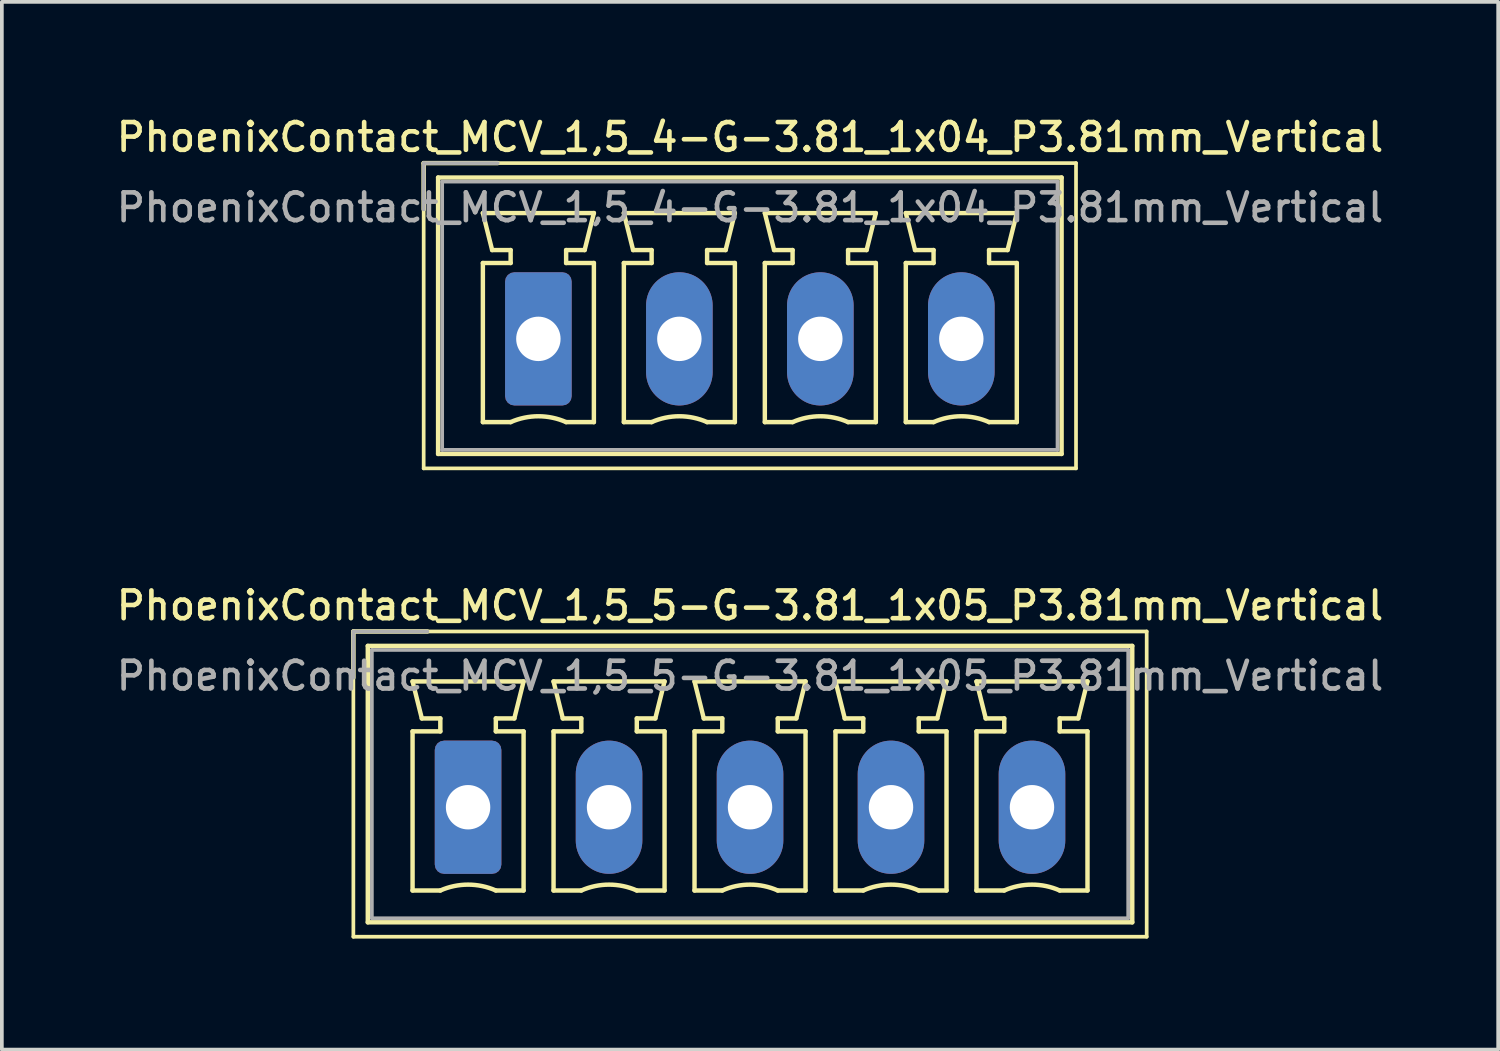
<source format=kicad_pcb>
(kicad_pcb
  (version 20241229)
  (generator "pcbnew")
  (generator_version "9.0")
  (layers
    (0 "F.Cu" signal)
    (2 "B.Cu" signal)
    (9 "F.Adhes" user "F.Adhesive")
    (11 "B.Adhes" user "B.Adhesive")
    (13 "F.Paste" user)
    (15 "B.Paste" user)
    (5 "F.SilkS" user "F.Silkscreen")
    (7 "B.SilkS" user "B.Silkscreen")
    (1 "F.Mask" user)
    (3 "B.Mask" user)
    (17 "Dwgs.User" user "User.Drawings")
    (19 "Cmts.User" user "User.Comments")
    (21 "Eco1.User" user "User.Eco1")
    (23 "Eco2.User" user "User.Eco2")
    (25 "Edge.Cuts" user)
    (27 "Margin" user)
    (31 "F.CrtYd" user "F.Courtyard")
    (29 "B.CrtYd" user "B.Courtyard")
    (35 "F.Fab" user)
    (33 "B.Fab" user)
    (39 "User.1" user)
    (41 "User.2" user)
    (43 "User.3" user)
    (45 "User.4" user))
  (footprint "PhoenixContact_MCV_1,5_5-G-3.81_1x05_P3.81mm_Vertical"
    (layer "F.Cu")
    (at 9.6 18.766)
    (property "Reference" "PhoenixContact_MCV_1,5_5-G-3.81_1x05_P3.81mm_Vertical" (at 7.62 -5.45 0) (layer "F.SilkS") (effects (font (size 0.75 0.75) (thickness 0.125))))
    (attr through_hole)
    (fp_line (start -3.1 -4.75) (end -3.1 3.5) (stroke (width 0.1) (type solid)) (layer "F.SilkS"))
    (fp_line (start -3.1 -4.75) (end -1.1 -4.75) (stroke (width 0.12) (type solid)) (layer "F.SilkS"))
    (fp_line (start -3.1 -3.5) (end -3.1 -4.75) (stroke (width 0.12) (type solid)) (layer "F.SilkS"))
    (fp_line (start -3.1 3.5) (end 18.34 3.5) (stroke (width 0.1) (type solid)) (layer "F.SilkS"))
    (fp_line (start -2.71 -4.36) (end -2.71 3.11) (stroke (width 0.12) (type solid)) (layer "F.SilkS"))
    (fp_line (start -2.71 3.11) (end 17.95 3.11) (stroke (width 0.12) (type solid)) (layer "F.SilkS"))
    (fp_line (start -1.5 -3.4) (end 1.5 -3.4) (stroke (width 0.12) (type solid)) (layer "F.SilkS"))
    (fp_line (start -1.5 -2.05) (end -0.75 -2.05) (stroke (width 0.12) (type solid)) (layer "F.SilkS"))
    (fp_line (start -1.5 2.25) (end -1.5 -2.05) (stroke (width 0.12) (type solid)) (layer "F.SilkS"))
    (fp_line (start -1.25 -2.4) (end -1.5 -3.4) (stroke (width 0.12) (type solid)) (layer "F.SilkS"))
    (fp_line (start -0.75 -2.4) (end -1.25 -2.4) (stroke (width 0.12) (type solid)) (layer "F.SilkS"))
    (fp_line (start -0.75 -2.05) (end -0.75 -2.4) (stroke (width 0.12) (type solid)) (layer "F.SilkS"))
    (fp_line (start -0.75 2.25) (end -1.5 2.25) (stroke (width 0.12) (type solid)) (layer "F.SilkS"))
    (fp_line (start 0.75 -2.4) (end 0.75 -2.05) (stroke (width 0.12) (type solid)) (layer "F.SilkS"))
    (fp_line (start 0.75 -2.05) (end 1.5 -2.05) (stroke (width 0.12) (type solid)) (layer "F.SilkS"))
    (fp_line (start 1.25 -2.4) (end 0.75 -2.4) (stroke (width 0.12) (type solid)) (layer "F.SilkS"))
    (fp_line (start 1.5 -3.4) (end 1.25 -2.4) (stroke (width 0.12) (type solid)) (layer "F.SilkS"))
    (fp_line (start 1.5 -2.05) (end 1.5 2.25) (stroke (width 0.12) (type solid)) (layer "F.SilkS"))
    (fp_line (start 1.5 2.25) (end 0.75 2.25) (stroke (width 0.12) (type solid)) (layer "F.SilkS"))
    (fp_line (start 2.31 -3.4) (end 5.31 -3.4) (stroke (width 0.12) (type solid)) (layer "F.SilkS"))
    (fp_line (start 2.31 -2.05) (end 3.06 -2.05) (stroke (width 0.12) (type solid)) (layer "F.SilkS"))
    (fp_line (start 2.31 2.25) (end 2.31 -2.05) (stroke (width 0.12) (type solid)) (layer "F.SilkS"))
    (fp_line (start 2.56 -2.4) (end 2.31 -3.4) (stroke (width 0.12) (type solid)) (layer "F.SilkS"))
    (fp_line (start 3.06 -2.4) (end 2.56 -2.4) (stroke (width 0.12) (type solid)) (layer "F.SilkS"))
    (fp_line (start 3.06 -2.05) (end 3.06 -2.4) (stroke (width 0.12) (type solid)) (layer "F.SilkS"))
    (fp_line (start 3.06 2.25) (end 2.31 2.25) (stroke (width 0.12) (type solid)) (layer "F.SilkS"))
    (fp_line (start 4.56 -2.4) (end 4.56 -2.05) (stroke (width 0.12) (type solid)) (layer "F.SilkS"))
    (fp_line (start 4.56 -2.05) (end 5.31 -2.05) (stroke (width 0.12) (type solid)) (layer "F.SilkS"))
    (fp_line (start 5.06 -2.4) (end 4.56 -2.4) (stroke (width 0.12) (type solid)) (layer "F.SilkS"))
    (fp_line (start 5.31 -3.4) (end 5.06 -2.4) (stroke (width 0.12) (type solid)) (layer "F.SilkS"))
    (fp_line (start 5.31 -2.05) (end 5.31 2.25) (stroke (width 0.12) (type solid)) (layer "F.SilkS"))
    (fp_line (start 5.31 2.25) (end 4.56 2.25) (stroke (width 0.12) (type solid)) (layer "F.SilkS"))
    (fp_line (start 6.12 -3.4) (end 9.12 -3.4) (stroke (width 0.12) (type solid)) (layer "F.SilkS"))
    (fp_line (start 6.12 -2.05) (end 6.87 -2.05) (stroke (width 0.12) (type solid)) (layer "F.SilkS"))
    (fp_line (start 6.12 2.25) (end 6.12 -2.05) (stroke (width 0.12) (type solid)) (layer "F.SilkS"))
    (fp_line (start 6.37 -2.4) (end 6.12 -3.4) (stroke (width 0.12) (type solid)) (layer "F.SilkS"))
    (fp_line (start 6.87 -2.4) (end 6.37 -2.4) (stroke (width 0.12) (type solid)) (layer "F.SilkS"))
    (fp_line (start 6.87 -2.05) (end 6.87 -2.4) (stroke (width 0.12) (type solid)) (layer "F.SilkS"))
    (fp_line (start 6.87 2.25) (end 6.12 2.25) (stroke (width 0.12) (type solid)) (layer "F.SilkS"))
    (fp_line (start 8.37 -2.4) (end 8.37 -2.05) (stroke (width 0.12) (type solid)) (layer "F.SilkS"))
    (fp_line (start 8.37 -2.05) (end 9.12 -2.05) (stroke (width 0.12) (type solid)) (layer "F.SilkS"))
    (fp_line (start 8.87 -2.4) (end 8.37 -2.4) (stroke (width 0.12) (type solid)) (layer "F.SilkS"))
    (fp_line (start 9.12 -3.4) (end 8.87 -2.4) (stroke (width 0.12) (type solid)) (layer "F.SilkS"))
    (fp_line (start 9.12 -2.05) (end 9.12 2.25) (stroke (width 0.12) (type solid)) (layer "F.SilkS"))
    (fp_line (start 9.12 2.25) (end 8.37 2.25) (stroke (width 0.12) (type solid)) (layer "F.SilkS"))
    (fp_line (start 9.93 -3.4) (end 12.93 -3.4) (stroke (width 0.12) (type solid)) (layer "F.SilkS"))
    (fp_line (start 9.93 -2.05) (end 10.68 -2.05) (stroke (width 0.12) (type solid)) (layer "F.SilkS"))
    (fp_line (start 9.93 2.25) (end 9.93 -2.05) (stroke (width 0.12) (type solid)) (layer "F.SilkS"))
    (fp_line (start 10.18 -2.4) (end 9.93 -3.4) (stroke (width 0.12) (type solid)) (layer "F.SilkS"))
    (fp_line (start 10.68 -2.4) (end 10.18 -2.4) (stroke (width 0.12) (type solid)) (layer "F.SilkS"))
    (fp_line (start 10.68 -2.05) (end 10.68 -2.4) (stroke (width 0.12) (type solid)) (layer "F.SilkS"))
    (fp_line (start 10.68 2.25) (end 9.93 2.25) (stroke (width 0.12) (type solid)) (layer "F.SilkS"))
    (fp_line (start 12.18 -2.4) (end 12.18 -2.05) (stroke (width 0.12) (type solid)) (layer "F.SilkS"))
    (fp_line (start 12.18 -2.05) (end 12.93 -2.05) (stroke (width 0.12) (type solid)) (layer "F.SilkS"))
    (fp_line (start 12.68 -2.4) (end 12.18 -2.4) (stroke (width 0.12) (type solid)) (layer "F.SilkS"))
    (fp_line (start 12.93 -3.4) (end 12.68 -2.4) (stroke (width 0.12) (type solid)) (layer "F.SilkS"))
    (fp_line (start 12.93 -2.05) (end 12.93 2.25) (stroke (width 0.12) (type solid)) (layer "F.SilkS"))
    (fp_line (start 12.93 2.25) (end 12.18 2.25) (stroke (width 0.12) (type solid)) (layer "F.SilkS"))
    (fp_line (start 13.74 -3.4) (end 16.74 -3.4) (stroke (width 0.12) (type solid)) (layer "F.SilkS"))
    (fp_line (start 13.74 -2.05) (end 14.49 -2.05) (stroke (width 0.12) (type solid)) (layer "F.SilkS"))
    (fp_line (start 13.74 2.25) (end 13.74 -2.05) (stroke (width 0.12) (type solid)) (layer "F.SilkS"))
    (fp_line (start 13.99 -2.4) (end 13.74 -3.4) (stroke (width 0.12) (type solid)) (layer "F.SilkS"))
    (fp_line (start 14.49 -2.4) (end 13.99 -2.4) (stroke (width 0.12) (type solid)) (layer "F.SilkS"))
    (fp_line (start 14.49 -2.05) (end 14.49 -2.4) (stroke (width 0.12) (type solid)) (layer "F.SilkS"))
    (fp_line (start 14.49 2.25) (end 13.74 2.25) (stroke (width 0.12) (type solid)) (layer "F.SilkS"))
    (fp_line (start 15.99 -2.4) (end 15.99 -2.05) (stroke (width 0.12) (type solid)) (layer "F.SilkS"))
    (fp_line (start 15.99 -2.05) (end 16.74 -2.05) (stroke (width 0.12) (type solid)) (layer "F.SilkS"))
    (fp_line (start 16.49 -2.4) (end 15.99 -2.4) (stroke (width 0.12) (type solid)) (layer "F.SilkS"))
    (fp_line (start 16.74 -3.4) (end 16.49 -2.4) (stroke (width 0.12) (type solid)) (layer "F.SilkS"))
    (fp_line (start 16.74 -2.05) (end 16.74 2.25) (stroke (width 0.12) (type solid)) (layer "F.SilkS"))
    (fp_line (start 16.74 2.25) (end 15.99 2.25) (stroke (width 0.12) (type solid)) (layer "F.SilkS"))
    (fp_line (start 17.95 -4.36) (end -2.71 -4.36) (stroke (width 0.12) (type solid)) (layer "F.SilkS"))
    (fp_line (start 17.95 3.11) (end 17.95 -4.36) (stroke (width 0.12) (type solid)) (layer "F.SilkS"))
    (fp_line (start 18.34 -4.75) (end -3.1 -4.75) (stroke (width 0.1) (type solid)) (layer "F.SilkS"))
    (fp_line (start 18.34 3.5) (end 18.34 -4.75) (stroke (width 0.1) (type solid)) (layer "F.SilkS"))
    (fp_arc (start -0.75 2.25) (mid -0.000193 2.09191) (end 0.749647 2.249844) (stroke (width 0.12) (type solid)) (layer "F.SilkS"))
    (fp_arc (start 3.06 2.25) (mid 3.809807 2.09191) (end 4.559647 2.249844) (stroke (width 0.12) (type solid)) (layer "F.SilkS"))
    (fp_arc (start 6.87 2.25) (mid 7.619807 2.09191) (end 8.369647 2.249844) (stroke (width 0.12) (type solid)) (layer "F.SilkS"))
    (fp_arc (start 10.68 2.25) (mid 11.429807 2.09191) (end 12.179647 2.249844) (stroke (width 0.12) (type solid)) (layer "F.SilkS"))
    (fp_arc (start 14.49 2.25) (mid 15.239807 2.09191) (end 15.989647 2.249844) (stroke (width 0.12) (type solid)) (layer "F.SilkS"))
    (fp_line (start -3.1 -4.75) (end -1.1 -4.75) (stroke (width 0.1) (type solid)) (layer "F.Fab"))
    (fp_line (start -3.1 -3.5) (end -3.1 -4.75) (stroke (width 0.1) (type solid)) (layer "F.Fab"))
    (fp_line (start -2.6 -4.25) (end -2.6 3) (stroke (width 0.1) (type solid)) (layer "F.Fab"))
    (fp_line (start -2.6 3) (end 17.84 3) (stroke (width 0.1) (type solid)) (layer "F.Fab"))
    (fp_line (start 17.84 -4.25) (end -2.6 -4.25) (stroke (width 0.1) (type solid)) (layer "F.Fab"))
    (fp_line (start 17.84 3) (end 17.84 -4.25) (stroke (width 0.1) (type solid)) (layer "F.Fab"))
    (fp_text user "${REFERENCE}" (at 7.62 -3.55 0) (layer "F.Fab") (effects (font (size 0.75 0.75) (thickness 0.125))))
    (pad "1" thru_hole roundrect (at 0 0) (size 1.8 3.6) (drill 1.2) (layers "*.Cu" "*.Mask") (roundrect_rratio 0.139))
    (pad "2" thru_hole oval (at 3.81 0) (size 1.8 3.6) (drill 1.2) (layers "*.Cu" "*.Mask"))
    (pad "3" thru_hole oval (at 7.62 0) (size 1.8 3.6) (drill 1.2) (layers "*.Cu" "*.Mask"))
    (pad "4" thru_hole oval (at 11.43 0) (size 1.8 3.6) (drill 1.2) (layers "*.Cu" "*.Mask"))
    (pad "5" thru_hole oval (at 15.24 0) (size 1.8 3.6) (drill 1.2) (layers "*.Cu" "*.Mask")))
  (footprint "PhoenixContact_MCV_1,5_4-G-3.81_1x04_P3.81mm_Vertical"
    (layer "F.Cu")
    (at 11.5 6.108)
    (property "Reference" "PhoenixContact_MCV_1,5_4-G-3.81_1x04_P3.81mm_Vertical" (at 5.72 -5.45 0) (layer "F.SilkS") (effects (font (size 0.75 0.75) (thickness 0.125))))
    (attr through_hole)
    (fp_line (start -3.1 -4.75) (end -3.1 3.5) (stroke (width 0.1) (type solid)) (layer "F.SilkS"))
    (fp_line (start -3.1 -4.75) (end -1.1 -4.75) (stroke (width 0.12) (type solid)) (layer "F.SilkS"))
    (fp_line (start -3.1 -3.5) (end -3.1 -4.75) (stroke (width 0.12) (type solid)) (layer "F.SilkS"))
    (fp_line (start -3.1 3.5) (end 14.53 3.5) (stroke (width 0.1) (type solid)) (layer "F.SilkS"))
    (fp_line (start -2.71 -4.36) (end -2.71 3.11) (stroke (width 0.12) (type solid)) (layer "F.SilkS"))
    (fp_line (start -2.71 3.11) (end 14.14 3.11) (stroke (width 0.12) (type solid)) (layer "F.SilkS"))
    (fp_line (start -1.5 -3.4) (end 1.5 -3.4) (stroke (width 0.12) (type solid)) (layer "F.SilkS"))
    (fp_line (start -1.5 -2.05) (end -0.75 -2.05) (stroke (width 0.12) (type solid)) (layer "F.SilkS"))
    (fp_line (start -1.5 2.25) (end -1.5 -2.05) (stroke (width 0.12) (type solid)) (layer "F.SilkS"))
    (fp_line (start -1.25 -2.4) (end -1.5 -3.4) (stroke (width 0.12) (type solid)) (layer "F.SilkS"))
    (fp_line (start -0.75 -2.4) (end -1.25 -2.4) (stroke (width 0.12) (type solid)) (layer "F.SilkS"))
    (fp_line (start -0.75 -2.05) (end -0.75 -2.4) (stroke (width 0.12) (type solid)) (layer "F.SilkS"))
    (fp_line (start -0.75 2.25) (end -1.5 2.25) (stroke (width 0.12) (type solid)) (layer "F.SilkS"))
    (fp_line (start 0.75 -2.4) (end 0.75 -2.05) (stroke (width 0.12) (type solid)) (layer "F.SilkS"))
    (fp_line (start 0.75 -2.05) (end 1.5 -2.05) (stroke (width 0.12) (type solid)) (layer "F.SilkS"))
    (fp_line (start 1.25 -2.4) (end 0.75 -2.4) (stroke (width 0.12) (type solid)) (layer "F.SilkS"))
    (fp_line (start 1.5 -3.4) (end 1.25 -2.4) (stroke (width 0.12) (type solid)) (layer "F.SilkS"))
    (fp_line (start 1.5 -2.05) (end 1.5 2.25) (stroke (width 0.12) (type solid)) (layer "F.SilkS"))
    (fp_line (start 1.5 2.25) (end 0.75 2.25) (stroke (width 0.12) (type solid)) (layer "F.SilkS"))
    (fp_line (start 2.31 -3.4) (end 5.31 -3.4) (stroke (width 0.12) (type solid)) (layer "F.SilkS"))
    (fp_line (start 2.31 -2.05) (end 3.06 -2.05) (stroke (width 0.12) (type solid)) (layer "F.SilkS"))
    (fp_line (start 2.31 2.25) (end 2.31 -2.05) (stroke (width 0.12) (type solid)) (layer "F.SilkS"))
    (fp_line (start 2.56 -2.4) (end 2.31 -3.4) (stroke (width 0.12) (type solid)) (layer "F.SilkS"))
    (fp_line (start 3.06 -2.4) (end 2.56 -2.4) (stroke (width 0.12) (type solid)) (layer "F.SilkS"))
    (fp_line (start 3.06 -2.05) (end 3.06 -2.4) (stroke (width 0.12) (type solid)) (layer "F.SilkS"))
    (fp_line (start 3.06 2.25) (end 2.31 2.25) (stroke (width 0.12) (type solid)) (layer "F.SilkS"))
    (fp_line (start 4.56 -2.4) (end 4.56 -2.05) (stroke (width 0.12) (type solid)) (layer "F.SilkS"))
    (fp_line (start 4.56 -2.05) (end 5.31 -2.05) (stroke (width 0.12) (type solid)) (layer "F.SilkS"))
    (fp_line (start 5.06 -2.4) (end 4.56 -2.4) (stroke (width 0.12) (type solid)) (layer "F.SilkS"))
    (fp_line (start 5.31 -3.4) (end 5.06 -2.4) (stroke (width 0.12) (type solid)) (layer "F.SilkS"))
    (fp_line (start 5.31 -2.05) (end 5.31 2.25) (stroke (width 0.12) (type solid)) (layer "F.SilkS"))
    (fp_line (start 5.31 2.25) (end 4.56 2.25) (stroke (width 0.12) (type solid)) (layer "F.SilkS"))
    (fp_line (start 6.12 -3.4) (end 9.12 -3.4) (stroke (width 0.12) (type solid)) (layer "F.SilkS"))
    (fp_line (start 6.12 -2.05) (end 6.87 -2.05) (stroke (width 0.12) (type solid)) (layer "F.SilkS"))
    (fp_line (start 6.12 2.25) (end 6.12 -2.05) (stroke (width 0.12) (type solid)) (layer "F.SilkS"))
    (fp_line (start 6.37 -2.4) (end 6.12 -3.4) (stroke (width 0.12) (type solid)) (layer "F.SilkS"))
    (fp_line (start 6.87 -2.4) (end 6.37 -2.4) (stroke (width 0.12) (type solid)) (layer "F.SilkS"))
    (fp_line (start 6.87 -2.05) (end 6.87 -2.4) (stroke (width 0.12) (type solid)) (layer "F.SilkS"))
    (fp_line (start 6.87 2.25) (end 6.12 2.25) (stroke (width 0.12) (type solid)) (layer "F.SilkS"))
    (fp_line (start 8.37 -2.4) (end 8.37 -2.05) (stroke (width 0.12) (type solid)) (layer "F.SilkS"))
    (fp_line (start 8.37 -2.05) (end 9.12 -2.05) (stroke (width 0.12) (type solid)) (layer "F.SilkS"))
    (fp_line (start 8.87 -2.4) (end 8.37 -2.4) (stroke (width 0.12) (type solid)) (layer "F.SilkS"))
    (fp_line (start 9.12 -3.4) (end 8.87 -2.4) (stroke (width 0.12) (type solid)) (layer "F.SilkS"))
    (fp_line (start 9.12 -2.05) (end 9.12 2.25) (stroke (width 0.12) (type solid)) (layer "F.SilkS"))
    (fp_line (start 9.12 2.25) (end 8.37 2.25) (stroke (width 0.12) (type solid)) (layer "F.SilkS"))
    (fp_line (start 9.93 -3.4) (end 12.93 -3.4) (stroke (width 0.12) (type solid)) (layer "F.SilkS"))
    (fp_line (start 9.93 -2.05) (end 10.68 -2.05) (stroke (width 0.12) (type solid)) (layer "F.SilkS"))
    (fp_line (start 9.93 2.25) (end 9.93 -2.05) (stroke (width 0.12) (type solid)) (layer "F.SilkS"))
    (fp_line (start 10.18 -2.4) (end 9.93 -3.4) (stroke (width 0.12) (type solid)) (layer "F.SilkS"))
    (fp_line (start 10.68 -2.4) (end 10.18 -2.4) (stroke (width 0.12) (type solid)) (layer "F.SilkS"))
    (fp_line (start 10.68 -2.05) (end 10.68 -2.4) (stroke (width 0.12) (type solid)) (layer "F.SilkS"))
    (fp_line (start 10.68 2.25) (end 9.93 2.25) (stroke (width 0.12) (type solid)) (layer "F.SilkS"))
    (fp_line (start 12.18 -2.4) (end 12.18 -2.05) (stroke (width 0.12) (type solid)) (layer "F.SilkS"))
    (fp_line (start 12.18 -2.05) (end 12.93 -2.05) (stroke (width 0.12) (type solid)) (layer "F.SilkS"))
    (fp_line (start 12.68 -2.4) (end 12.18 -2.4) (stroke (width 0.12) (type solid)) (layer "F.SilkS"))
    (fp_line (start 12.93 -3.4) (end 12.68 -2.4) (stroke (width 0.12) (type solid)) (layer "F.SilkS"))
    (fp_line (start 12.93 -2.05) (end 12.93 2.25) (stroke (width 0.12) (type solid)) (layer "F.SilkS"))
    (fp_line (start 12.93 2.25) (end 12.18 2.25) (stroke (width 0.12) (type solid)) (layer "F.SilkS"))
    (fp_line (start 14.14 -4.36) (end -2.71 -4.36) (stroke (width 0.12) (type solid)) (layer "F.SilkS"))
    (fp_line (start 14.14 3.11) (end 14.14 -4.36) (stroke (width 0.12) (type solid)) (layer "F.SilkS"))
    (fp_line (start 14.53 -4.75) (end -3.1 -4.75) (stroke (width 0.1) (type solid)) (layer "F.SilkS"))
    (fp_line (start 14.53 3.5) (end 14.53 -4.75) (stroke (width 0.1) (type solid)) (layer "F.SilkS"))
    (fp_arc (start -0.75 2.25) (mid -0.000193 2.09191) (end 0.749647 2.249844) (stroke (width 0.12) (type solid)) (layer "F.SilkS"))
    (fp_arc (start 3.06 2.25) (mid 3.809807 2.09191) (end 4.559647 2.249844) (stroke (width 0.12) (type solid)) (layer "F.SilkS"))
    (fp_arc (start 6.87 2.25) (mid 7.619807 2.09191) (end 8.369647 2.249844) (stroke (width 0.12) (type solid)) (layer "F.SilkS"))
    (fp_arc (start 10.68 2.25) (mid 11.429807 2.09191) (end 12.179647 2.249844) (stroke (width 0.12) (type solid)) (layer "F.SilkS"))
    (fp_line (start -3.1 -4.75) (end -1.1 -4.75) (stroke (width 0.1) (type solid)) (layer "F.Fab"))
    (fp_line (start -3.1 -3.5) (end -3.1 -4.75) (stroke (width 0.1) (type solid)) (layer "F.Fab"))
    (fp_line (start -2.6 -4.25) (end -2.6 3) (stroke (width 0.1) (type solid)) (layer "F.Fab"))
    (fp_line (start -2.6 3) (end 14.03 3) (stroke (width 0.1) (type solid)) (layer "F.Fab"))
    (fp_line (start 14.03 -4.25) (end -2.6 -4.25) (stroke (width 0.1) (type solid)) (layer "F.Fab"))
    (fp_line (start 14.03 3) (end 14.03 -4.25) (stroke (width 0.1) (type solid)) (layer "F.Fab"))
    (fp_text user "${REFERENCE}" (at 5.72 -3.55 0) (layer "F.Fab") (effects (font (size 0.75 0.75) (thickness 0.125))))
    (pad "1" thru_hole roundrect (at 0 0) (size 1.8 3.6) (drill 1.2) (layers "*.Cu" "*.Mask") (roundrect_rratio 0.139))
    (pad "2" thru_hole oval (at 3.81 0) (size 1.8 3.6) (drill 1.2) (layers "*.Cu" "*.Mask"))
    (pad "3" thru_hole oval (at 7.62 0) (size 1.8 3.6) (drill 1.2) (layers "*.Cu" "*.Mask"))
    (pad "4" thru_hole oval (at 11.43 0) (size 1.8 3.6) (drill 1.2) (layers "*.Cu" "*.Mask")))
  (gr_rect
    (start -3 -3)
    (end 37.439 25.316)
    (stroke (width 0.1) (type default))
    (fill no)
    (layer "Edge.Cuts")))
</source>
